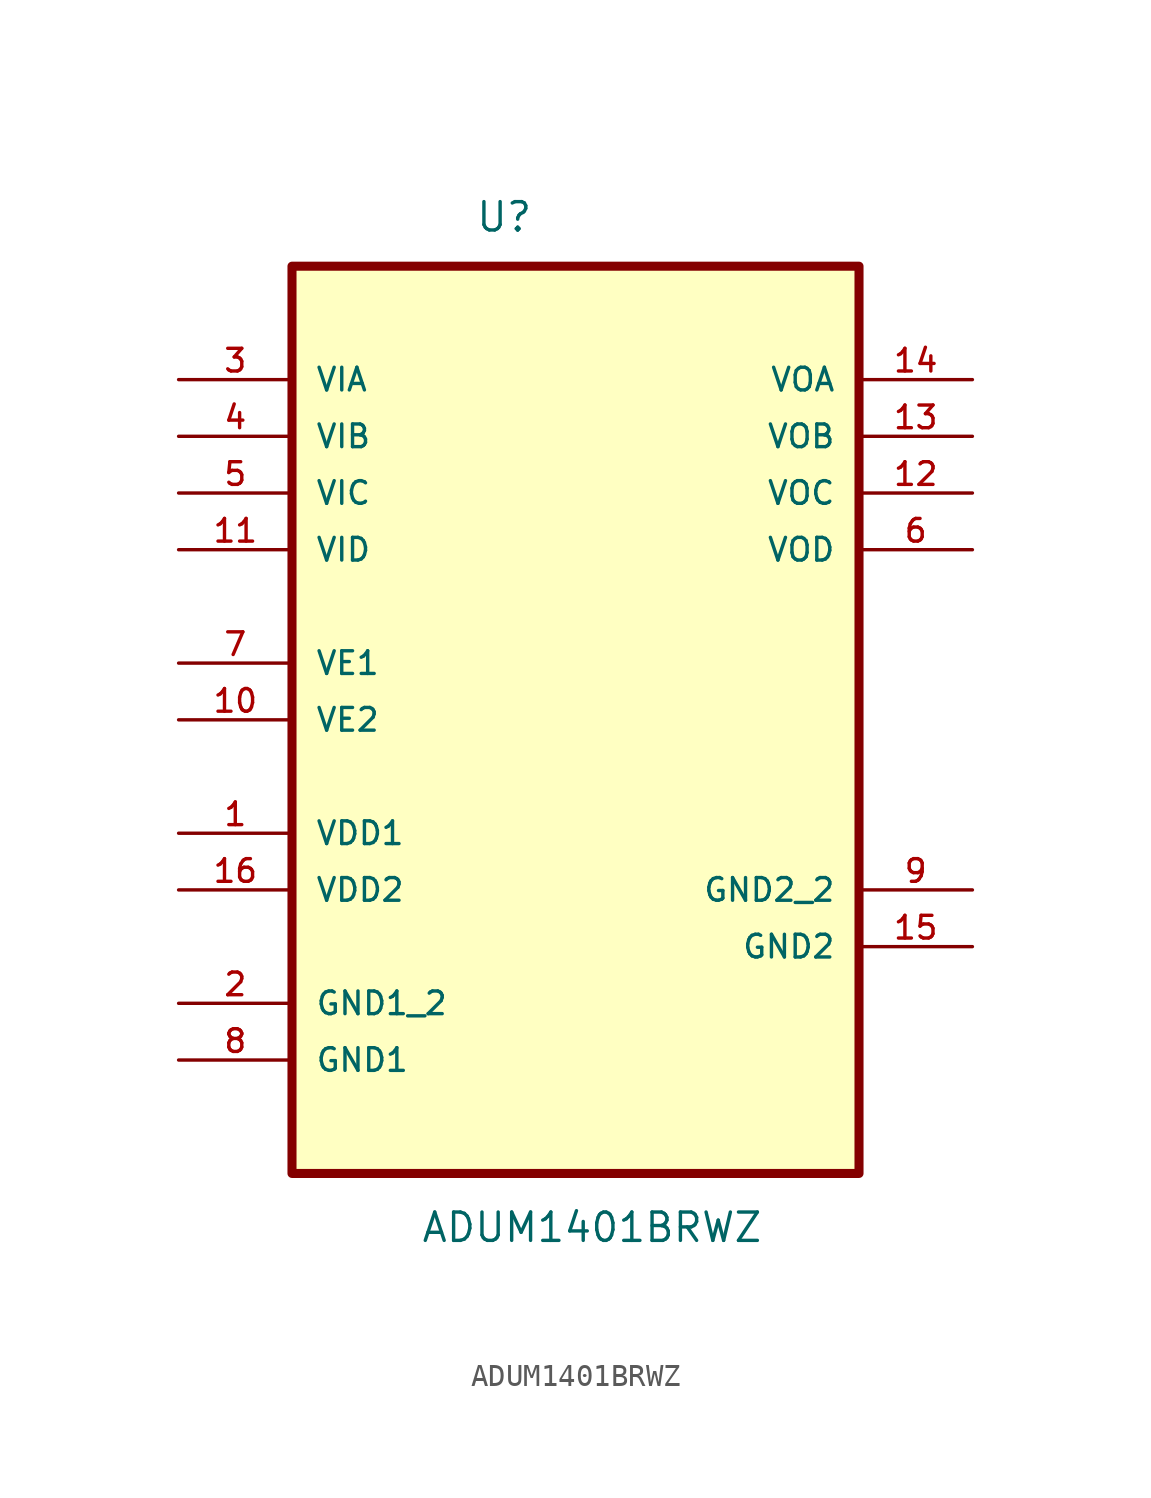
<source format=kicad_sym>
(kicad_symbol_lib
  (version 20211014)
  (generator kicad_symbol_editor)
  (symbol "ADUM1401BRWZ"
    (pin_names
      (offset 1.016))
    (property "Reference" "U"
      (at -4.505 19.24 0.0)
      (effects (font (size 1.27 1.27)) (justify bottom left)))
    (property "Value" "ADUM1401BRWZ"
      (at -6.951 -26.022 0.0)
      (effects (font (size 1.27 1.27)) (justify bottom left)))
    (symbol "ADUM1401BRWZ_0_0"
      (rectangle (start -12.7 -22.86) (end 12.7 17.78) (stroke (width 0.406)) (fill (type background)))
      (pin passive line (at -17.78 12.7 0) (length 5.08) (name "VIA" (effects (font (size 1.016 1.016)))) (number "3" (effects (font (size 1.016 1.016)))))
      (pin passive line (at -17.78 10.16 0) (length 5.08) (name "VIB" (effects (font (size 1.016 1.016)))) (number "4" (effects (font (size 1.016 1.016)))))
      (pin passive line (at -17.78 7.62 0) (length 5.08) (name "VIC" (effects (font (size 1.016 1.016)))) (number "5" (effects (font (size 1.016 1.016)))))
      (pin passive line (at -17.78 5.08 0) (length 5.08) (name "VID" (effects (font (size 1.016 1.016)))) (number "11" (effects (font (size 1.016 1.016)))))
      (pin passive line (at -17.78 0.0 0) (length 5.08) (name "VE1" (effects (font (size 1.016 1.016)))) (number "7" (effects (font (size 1.016 1.016)))))
      (pin passive line (at -17.78 -2.54 0) (length 5.08) (name "VE2" (effects (font (size 1.016 1.016)))) (number "10" (effects (font (size 1.016 1.016)))))
      (pin power_in line (at -17.78 -7.62 0) (length 5.08) (name "VDD1" (effects (font (size 1.016 1.016)))) (number "1" (effects (font (size 1.016 1.016)))))
      (pin power_in line (at -17.78 -10.16 0) (length 5.08) (name "VDD2" (effects (font (size 1.016 1.016)))) (number "16" (effects (font (size 1.016 1.016)))))
      (pin passive line (at -17.78 -15.24 0) (length 5.08) (name "GND1_2" (effects (font (size 1.016 1.016)))) (number "2" (effects (font (size 1.016 1.016)))))
      (pin passive line (at -17.78 -17.78 0) (length 5.08) (name "GND1" (effects (font (size 1.016 1.016)))) (number "8" (effects (font (size 1.016 1.016)))))
      (pin passive line (at 17.78 12.7 180.0) (length 5.08) (name "VOA" (effects (font (size 1.016 1.016)))) (number "14" (effects (font (size 1.016 1.016)))))
      (pin passive line (at 17.78 10.16 180.0) (length 5.08) (name "VOB" (effects (font (size 1.016 1.016)))) (number "13" (effects (font (size 1.016 1.016)))))
      (pin passive line (at 17.78 7.62 180.0) (length 5.08) (name "VOC" (effects (font (size 1.016 1.016)))) (number "12" (effects (font (size 1.016 1.016)))))
      (pin passive line (at 17.78 5.08 180.0) (length 5.08) (name "VOD" (effects (font (size 1.016 1.016)))) (number "6" (effects (font (size 1.016 1.016)))))
      (pin passive line (at 17.78 -10.16 180.0) (length 5.08) (name "GND2_2" (effects (font (size 1.016 1.016)))) (number "9" (effects (font (size 1.016 1.016)))))
      (pin passive line (at 17.78 -12.7 180.0) (length 5.08) (name "GND2" (effects (font (size 1.016 1.016)))) (number "15" (effects (font (size 1.016 1.016))))))))
</source>
